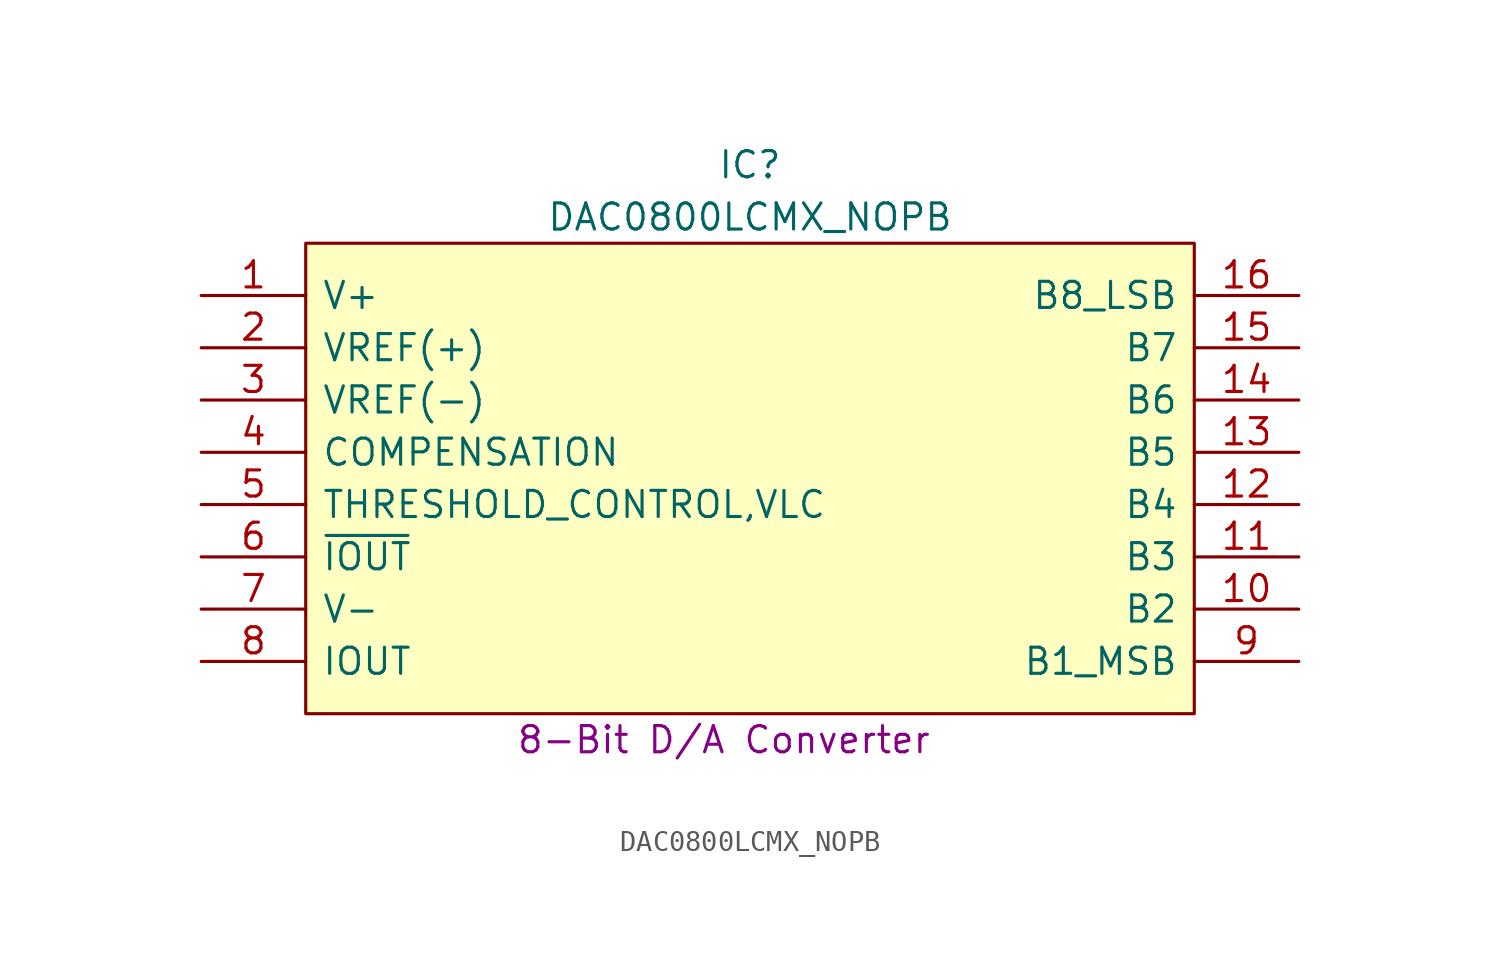
<source format=kicad_sym>
(kicad_symbol_lib
  (version 20220914)
  (generator kicad_symbol_editor)
  (symbol "DAC0800LCMX_NOPB"
    (pin_names
      (offset 0.762))
    (property "Reference" "IC"
      (at 26.67 6.35 0)
      (effects (font (size 1.27 1.27))))
    (property "Value" "DAC0800LCMX_NOPB"
      (at 26.67 3.81 0)
      (effects (font (size 1.27 1.27))))
    (property "Description" "8-Bit D/A Converter"
      (at 25.4 -21.59 0)
      (effects (font (size 1.27 1.27))))
    (symbol "DAC0800LCMX_NOPB_0_0"
      (pin passive line (at 0 0 0) (length 5.08) (name "V+" (effects (font (size 1.27 1.27)))) (number "1" (effects (font (size 1.27 1.27)))))
      (pin passive line (at 53.34 -15.24 180) (length 5.08) (name "B2" (effects (font (size 1.27 1.27)))) (number "10" (effects (font (size 1.27 1.27)))))
      (pin passive line (at 53.34 -12.7 180) (length 5.08) (name "B3" (effects (font (size 1.27 1.27)))) (number "11" (effects (font (size 1.27 1.27)))))
      (pin passive line (at 53.34 -10.16 180) (length 5.08) (name "B4" (effects (font (size 1.27 1.27)))) (number "12" (effects (font (size 1.27 1.27)))))
      (pin passive line (at 53.34 -7.62 180) (length 5.08) (name "B5" (effects (font (size 1.27 1.27)))) (number "13" (effects (font (size 1.27 1.27)))))
      (pin passive line (at 53.34 -5.08 180) (length 5.08) (name "B6" (effects (font (size 1.27 1.27)))) (number "14" (effects (font (size 1.27 1.27)))))
      (pin passive line (at 53.34 -2.54 180) (length 5.08) (name "B7" (effects (font (size 1.27 1.27)))) (number "15" (effects (font (size 1.27 1.27)))))
      (pin passive line (at 53.34 0 180) (length 5.08) (name "B8_LSB" (effects (font (size 1.27 1.27)))) (number "16" (effects (font (size 1.27 1.27)))))
      (pin passive line (at 0 -2.54 0) (length 5.08) (name "VREF(+)" (effects (font (size 1.27 1.27)))) (number "2" (effects (font (size 1.27 1.27)))))
      (pin passive line (at 0 -5.08 0) (length 5.08) (name "VREF(-)" (effects (font (size 1.27 1.27)))) (number "3" (effects (font (size 1.27 1.27)))))
      (pin passive line (at 0 -7.62 0) (length 5.08) (name "COMPENSATION" (effects (font (size 1.27 1.27)))) (number "4" (effects (font (size 1.27 1.27)))))
      (pin passive line (at 0 -10.16 0) (length 5.08) (name "THRESHOLD_CONTROL,VLC" (effects (font (size 1.27 1.27)))) (number "5" (effects (font (size 1.27 1.27)))))
      (pin passive line (at 0 -12.7 0) (length 5.08) (name "~{IOUT}" (effects (font (size 1.27 1.27)))) (number "6" (effects (font (size 1.27 1.27)))))
      (pin passive line (at 0 -15.24 0) (length 5.08) (name "V-" (effects (font (size 1.27 1.27)))) (number "7" (effects (font (size 1.27 1.27)))))
      (pin passive line (at 0 -17.78 0) (length 5.08) (name "IOUT" (effects (font (size 1.27 1.27)))) (number "8" (effects (font (size 1.27 1.27)))))
      (pin passive line (at 53.34 -17.78 180) (length 5.08) (name "B1_MSB" (effects (font (size 1.27 1.27)))) (number "9" (effects (font (size 1.27 1.27))))))
    (symbol "DAC0800LCMX_NOPB_0_1"
      (polyline (pts (xy 5.08 2.54) (xy 48.26 2.54) (xy 48.26 -20.32) (xy 5.08 -20.32) (xy 5.08 2.54)) (stroke (width 0.152) (type default)) (fill (type background))))))
</source>
